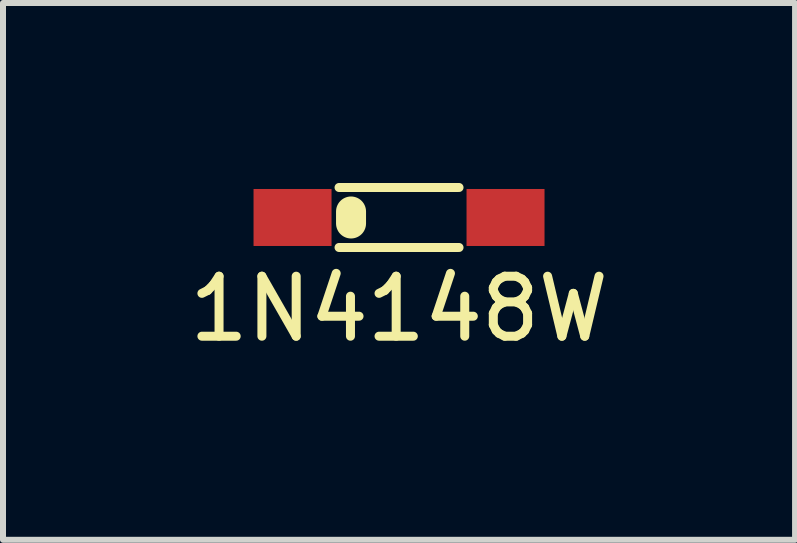
<source format=kicad_pcb>
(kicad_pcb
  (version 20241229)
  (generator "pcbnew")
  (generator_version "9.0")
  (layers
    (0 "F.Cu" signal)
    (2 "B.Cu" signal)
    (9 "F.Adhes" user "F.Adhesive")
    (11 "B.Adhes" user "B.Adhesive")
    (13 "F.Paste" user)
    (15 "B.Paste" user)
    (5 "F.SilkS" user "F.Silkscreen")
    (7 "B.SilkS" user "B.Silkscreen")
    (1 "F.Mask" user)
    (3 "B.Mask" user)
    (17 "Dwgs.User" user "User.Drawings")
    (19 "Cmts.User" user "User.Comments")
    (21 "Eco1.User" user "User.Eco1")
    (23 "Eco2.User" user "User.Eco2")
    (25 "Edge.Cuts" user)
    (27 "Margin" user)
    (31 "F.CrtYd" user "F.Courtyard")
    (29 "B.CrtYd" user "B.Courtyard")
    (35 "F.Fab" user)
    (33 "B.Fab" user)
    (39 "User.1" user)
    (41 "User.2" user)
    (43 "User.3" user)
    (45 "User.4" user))
  (footprint "1N4148W"
    (layer "F.Cu")
    (at 3.601 0.575)
    (property "Reference" "1N4148W" (at 0 1.524 0) (layer "F.SilkS") (effects (font (size 1 1) (thickness 0.15))))
    (attr through_hole)
    (fp_line (start -1 -0.5) (end 1 -0.5) (stroke (width 0.15) (type solid)) (layer "F.SilkS"))
    (fp_line (start -1 0.5) (end 1 0.5) (stroke (width 0.15) (type solid)) (layer "F.SilkS"))
    (fp_line (start -0.8 -0.1) (end -0.8 0.1) (stroke (width 0.5) (type solid)) (layer "F.SilkS"))
    (pad "1" smd rect (at -1.775 0) (size 1.3 0.95) (layers "F.Cu" "F.Mask" "F.Paste"))
    (pad "2" smd rect (at 1.775 0) (size 1.3 0.95) (layers "F.Cu" "F.Mask" "F.Paste")))
  (gr_rect
    (start -3 -3)
    (end 10.202 5.947)
    (stroke (width 0.1) (type default))
    (fill no)
    (layer "Edge.Cuts")))
</source>
